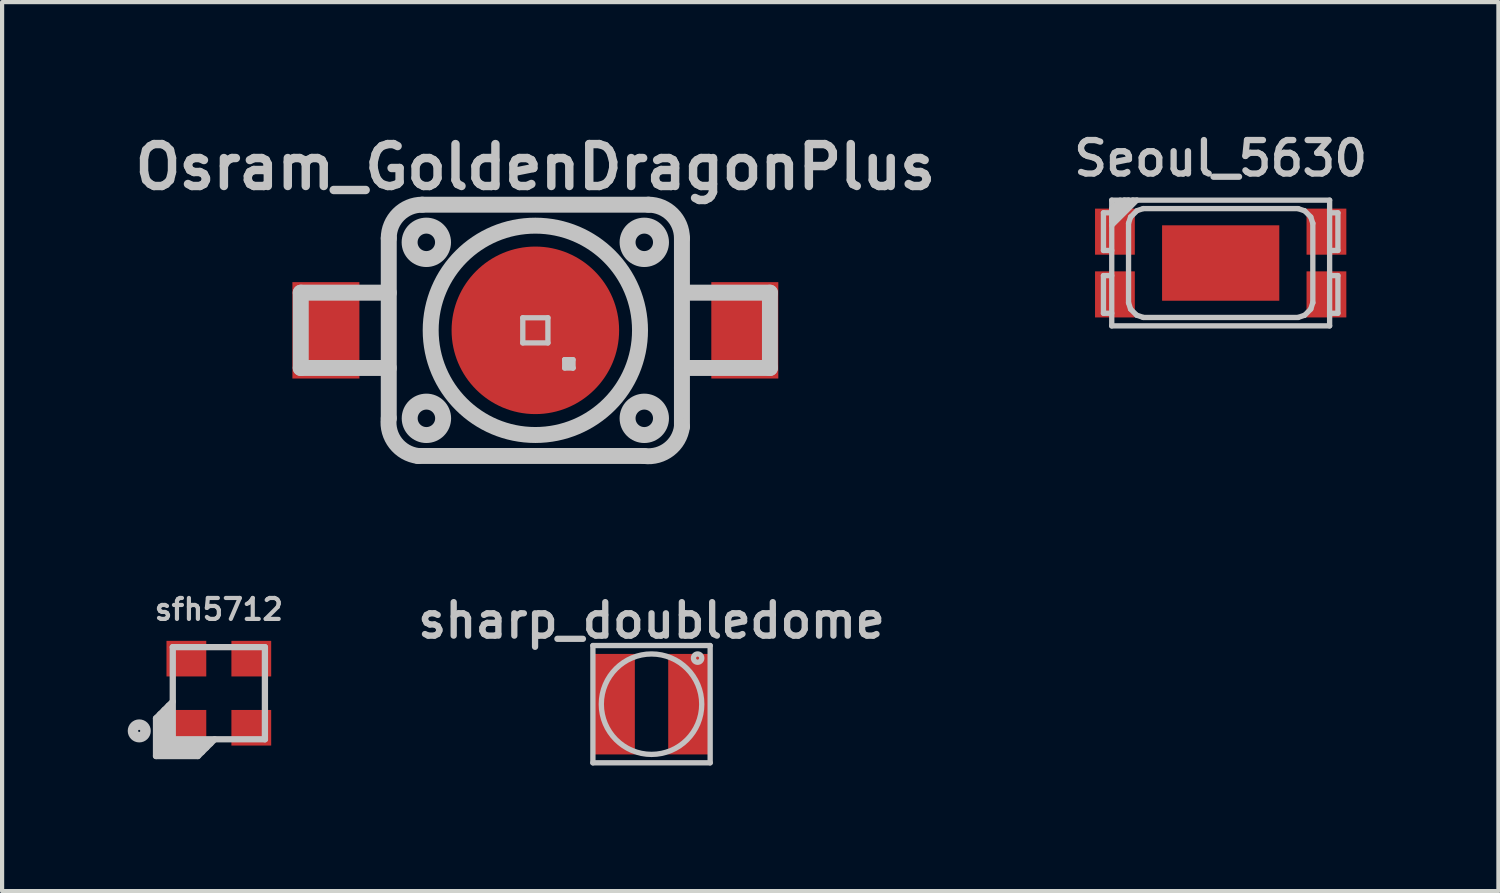
<source format=kicad_pcb>
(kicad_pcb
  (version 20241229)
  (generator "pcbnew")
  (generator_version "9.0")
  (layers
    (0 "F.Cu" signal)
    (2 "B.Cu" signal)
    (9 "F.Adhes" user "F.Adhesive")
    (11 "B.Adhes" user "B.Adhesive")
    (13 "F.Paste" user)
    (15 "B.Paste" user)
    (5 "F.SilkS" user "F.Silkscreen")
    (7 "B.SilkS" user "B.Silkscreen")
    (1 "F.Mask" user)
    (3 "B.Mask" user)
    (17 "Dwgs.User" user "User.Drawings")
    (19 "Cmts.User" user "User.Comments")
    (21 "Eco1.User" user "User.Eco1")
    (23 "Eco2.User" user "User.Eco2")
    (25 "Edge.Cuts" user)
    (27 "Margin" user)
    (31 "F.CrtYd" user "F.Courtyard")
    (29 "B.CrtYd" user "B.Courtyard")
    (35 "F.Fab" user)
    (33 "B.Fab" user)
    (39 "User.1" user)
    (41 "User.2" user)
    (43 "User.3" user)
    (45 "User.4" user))
  (footprint "Osram_GoldenDragonPlus"
    (layer "F.Cu")
    (at 9.732 4.837)
    (property "Reference" "Osram_GoldenDragonPlus" (at 0 -3.899 0) (layer "Dwgs.User") (effects (font (size 1.001 1.001) (thickness 0.201))))
    (attr through_hole)
    (fp_line (start -5.601 -0.899) (end -5.601 0.899) (stroke (width 0.381) (type solid)) (layer "Dwgs.User"))
    (fp_line (start -5.601 0.899) (end -3.5 0.899) (stroke (width 0.381) (type solid)) (layer "Dwgs.User"))
    (fp_line (start -3.5 -0.899) (end -5.601 -0.899) (stroke (width 0.381) (type solid)) (layer "Dwgs.User"))
    (fp_line (start -3.5 2.101) (end -3.5 -2.2) (stroke (width 0.381) (type solid)) (layer "Dwgs.User"))
    (fp_line (start -2.7 -3) (end 2.7 -3) (stroke (width 0.381) (type solid)) (layer "Dwgs.User"))
    (fp_line (start -0.3 -0.3) (end 0.3 -0.3) (stroke (width 0.127) (type solid)) (layer "Dwgs.User"))
    (fp_line (start -0.3 0.3) (end -0.3 -0.3) (stroke (width 0.127) (type solid)) (layer "Dwgs.User"))
    (fp_line (start 0.3 -0.3) (end 0.3 0.3) (stroke (width 0.127) (type solid)) (layer "Dwgs.User"))
    (fp_line (start 0.3 0.3) (end -0.3 0.3) (stroke (width 0.127) (type solid)) (layer "Dwgs.User"))
    (fp_line (start 0.701 0.701) (end 0.899 0.701) (stroke (width 0.127) (type solid)) (layer "Dwgs.User"))
    (fp_line (start 0.701 0.701) (end 0.899 0.899) (stroke (width 0.127) (type solid)) (layer "Dwgs.User"))
    (fp_line (start 0.701 0.899) (end 0.701 0.701) (stroke (width 0.127) (type solid)) (layer "Dwgs.User"))
    (fp_line (start 0.899 0.701) (end 0.899 0.899) (stroke (width 0.127) (type solid)) (layer "Dwgs.User"))
    (fp_line (start 0.899 0.899) (end 0.701 0.899) (stroke (width 0.127) (type solid)) (layer "Dwgs.User"))
    (fp_line (start 2.601 3) (end -2.799 3) (stroke (width 0.381) (type solid)) (layer "Dwgs.User"))
    (fp_line (start 3.5 -2.2) (end 3.5 2.301) (stroke (width 0.381) (type solid)) (layer "Dwgs.User"))
    (fp_line (start 5.601 -0.899) (end 3.5 -0.899) (stroke (width 0.381) (type solid)) (layer "Dwgs.User"))
    (fp_line (start 5.601 -0.899) (end 5.601 0.899) (stroke (width 0.381) (type solid)) (layer "Dwgs.User"))
    (fp_line (start 5.601 0.899) (end 3.5 0.899) (stroke (width 0.381) (type solid)) (layer "Dwgs.User"))
    (fp_arc (start -3.50012 -2.19964) (mid -3.265776 -2.765396) (end -2.70002 -2.99974) (stroke (width 0.381) (type solid)) (layer "Dwgs.User"))
    (fp_arc (start -2.79908 2.99974) (mid -3.335822 2.69535) (end -3.50012 2.10058) (stroke (width 0.381) (type solid)) (layer "Dwgs.User"))
    (fp_arc (start 2.70002 -2.99974) (mid 3.265776 -2.765396) (end 3.50012 -2.19964) (stroke (width 0.381) (type solid)) (layer "Dwgs.User"))
    (fp_arc (start 3.50012 2.30124) (mid 3.193934 2.837238) (end 2.59842 2.99974) (stroke (width 0.381) (type solid)) (layer "Dwgs.User"))
    (fp_circle (center -2.603 -2.101) (end -3.002 -2.101) (stroke (width 0.381) (type solid)) (fill no) (layer "Dwgs.User"))
    (fp_circle (center -2.601 2.101) (end -3 2.101) (stroke (width 0.381) (type solid)) (fill no) (layer "Dwgs.User"))
    (fp_circle (center 0 0) (end -2.499 0) (stroke (width 0.381) (type solid)) (fill no) (layer "Dwgs.User"))
    (fp_circle (center 2.601 -2.101) (end 3 -2.101) (stroke (width 0.381) (type solid)) (fill no) (layer "Dwgs.User"))
    (fp_circle (center 2.601 2.101) (end 3 2.101) (stroke (width 0.381) (type solid)) (fill no) (layer "Dwgs.User"))
    (pad "1" smd rect (at -5.001 0) (size 1.6 2.301) (layers "F.Cu" "F.Mask" "F.Paste"))
    (pad "2" smd rect (at 5.001 0) (size 1.6 2.301) (layers "F.Cu" "F.Mask" "F.Paste"))
    (pad "3" smd circle (at 0 0) (size 4 4) (layers "F.Cu" "F.Mask" "F.Paste")))
  (footprint "sharp_doubledome"
    (layer "F.Cu")
    (at 12.506 13.763)
    (property "Reference" "sharp_doubledome" (at 0 -1.999 0) (layer "Dwgs.User") (effects (font (size 0.8 0.8) (thickness 0.15))))
    (attr through_hole)
    (fp_line (start -1.4 -1.4) (end -1.4 1.4) (stroke (width 0.127) (type solid)) (layer "Dwgs.User"))
    (fp_line (start -1.4 1.4) (end 1.4 1.4) (stroke (width 0.127) (type solid)) (layer "Dwgs.User"))
    (fp_line (start 1.4 -1.4) (end -1.4 -1.4) (stroke (width 0.127) (type solid)) (layer "Dwgs.User"))
    (fp_line (start 1.4 1.4) (end 1.4 -1.4) (stroke (width 0.127) (type solid)) (layer "Dwgs.User"))
    (fp_circle (center 0 0) (end -1.199 0) (stroke (width 0.127) (type solid)) (fill no) (layer "Dwgs.User"))
    (fp_circle (center 1.1 -1.1) (end 1.001 -1.1) (stroke (width 0.127) (type solid)) (fill no) (layer "Dwgs.User"))
    (pad "1" smd rect (at -0.899 0) (size 1.001 2.4) (layers "F.Cu" "F.Mask" "F.Paste"))
    (pad "2" smd rect (at 0.899 0) (size 1.001 2.4) (layers "F.Cu" "F.Mask" "F.Paste")))
  (footprint "Seoul_5630"
    (layer "F.Cu")
    (at 26.095 3.23)
    (property "Reference" "Seoul_5630" (at 0 -2.499 0) (layer "Dwgs.User") (effects (font (size 0.8 0.8) (thickness 0.15))))
    (attr through_hole)
    (fp_line (start -2.799 -1.199) (end -2.799 -0.3) (stroke (width 0.127) (type solid)) (layer "Dwgs.User"))
    (fp_line (start -2.799 -0.3) (end -2.601 -0.3) (stroke (width 0.127) (type solid)) (layer "Dwgs.User"))
    (fp_line (start -2.799 0.3) (end -2.799 1.199) (stroke (width 0.127) (type solid)) (layer "Dwgs.User"))
    (fp_line (start -2.799 1.199) (end -2.601 1.199) (stroke (width 0.127) (type solid)) (layer "Dwgs.User"))
    (fp_line (start -2.601 -1.501) (end -2.601 1.501) (stroke (width 0.127) (type solid)) (layer "Dwgs.User"))
    (fp_line (start -2.601 -1.3) (end -2.4 -1.501) (stroke (width 0.127) (type solid)) (layer "Dwgs.User"))
    (fp_line (start -2.601 -1.199) (end -2.799 -1.199) (stroke (width 0.127) (type solid)) (layer "Dwgs.User"))
    (fp_line (start -2.601 -1.199) (end -2.601 -1.3) (stroke (width 0.127) (type solid)) (layer "Dwgs.User"))
    (fp_line (start -2.601 -1.1) (end -2.2 -1.501) (stroke (width 0.127) (type solid)) (layer "Dwgs.User"))
    (fp_line (start -2.601 -1.001) (end -2.601 -1.1) (stroke (width 0.127) (type solid)) (layer "Dwgs.User"))
    (fp_line (start -2.601 -0.899) (end -1.999 -1.501) (stroke (width 0.127) (type solid)) (layer "Dwgs.User"))
    (fp_line (start -2.601 0.3) (end -2.799 0.3) (stroke (width 0.127) (type solid)) (layer "Dwgs.User"))
    (fp_line (start -2.601 1.501) (end 2.601 1.501) (stroke (width 0.127) (type solid)) (layer "Dwgs.User"))
    (fp_line (start -2.301 -1.501) (end -2.601 -1.199) (stroke (width 0.127) (type solid)) (layer "Dwgs.User"))
    (fp_line (start -2.2 -1.501) (end -2.301 -1.501) (stroke (width 0.127) (type solid)) (layer "Dwgs.User"))
    (fp_line (start -2.2 -0.95) (end -2.2 0.95) (stroke (width 0.127) (type solid)) (layer "Dwgs.User"))
    (fp_line (start -2.2 0.95) (end -2.151 1.1) (stroke (width 0.127) (type solid)) (layer "Dwgs.User"))
    (fp_line (start -2.151 -1.1) (end -2.2 -0.95) (stroke (width 0.127) (type solid)) (layer "Dwgs.User"))
    (fp_line (start -2.151 1.1) (end -2.002 1.25) (stroke (width 0.127) (type solid)) (layer "Dwgs.User"))
    (fp_line (start -2.101 -1.501) (end -2.601 -1.001) (stroke (width 0.127) (type solid)) (layer "Dwgs.User"))
    (fp_line (start -2.002 -1.247) (end -2.151 -1.097) (stroke (width 0.127) (type solid)) (layer "Dwgs.User"))
    (fp_line (start -1.999 -1.501) (end -2.101 -1.501) (stroke (width 0.127) (type solid)) (layer "Dwgs.User"))
    (fp_line (start -1.849 -1.3) (end -1.999 -1.25) (stroke (width 0.127) (type solid)) (layer "Dwgs.User"))
    (fp_line (start -1.849 1.298) (end -1.999 1.247) (stroke (width 0.127) (type solid)) (layer "Dwgs.User"))
    (fp_line (start -1.849 1.3) (end 1.849 1.3) (stroke (width 0.127) (type solid)) (layer "Dwgs.User"))
    (fp_line (start 1.849 -1.3) (end -1.849 -1.3) (stroke (width 0.127) (type solid)) (layer "Dwgs.User"))
    (fp_line (start 1.852 1.298) (end 2.002 1.247) (stroke (width 0.127) (type solid)) (layer "Dwgs.User"))
    (fp_line (start 2.002 -1.247) (end 1.852 -1.298) (stroke (width 0.127) (type solid)) (layer "Dwgs.User"))
    (fp_line (start 2.151 -1.1) (end 2.002 -1.25) (stroke (width 0.127) (type solid)) (layer "Dwgs.User"))
    (fp_line (start 2.151 1.1) (end 2.002 1.25) (stroke (width 0.127) (type solid)) (layer "Dwgs.User"))
    (fp_line (start 2.2 -0.947) (end 2.151 -1.097) (stroke (width 0.127) (type solid)) (layer "Dwgs.User"))
    (fp_line (start 2.2 0.947) (end 2.151 1.097) (stroke (width 0.127) (type solid)) (layer "Dwgs.User"))
    (fp_line (start 2.2 0.95) (end 2.2 -0.95) (stroke (width 0.127) (type solid)) (layer "Dwgs.User"))
    (fp_line (start 2.601 -1.501) (end -2.601 -1.501) (stroke (width 0.127) (type solid)) (layer "Dwgs.User"))
    (fp_line (start 2.601 -0.3) (end 2.799 -0.3) (stroke (width 0.127) (type solid)) (layer "Dwgs.User"))
    (fp_line (start 2.601 1.199) (end 2.799 1.199) (stroke (width 0.127) (type solid)) (layer "Dwgs.User"))
    (fp_line (start 2.601 1.501) (end 2.601 -1.501) (stroke (width 0.127) (type solid)) (layer "Dwgs.User"))
    (fp_line (start 2.799 -1.199) (end 2.601 -1.199) (stroke (width 0.127) (type solid)) (layer "Dwgs.User"))
    (fp_line (start 2.799 -0.3) (end 2.799 -1.199) (stroke (width 0.127) (type solid)) (layer "Dwgs.User"))
    (fp_line (start 2.799 0.3) (end 2.601 0.3) (stroke (width 0.127) (type solid)) (layer "Dwgs.User"))
    (fp_line (start 2.799 1.199) (end 2.799 0.3) (stroke (width 0.127) (type solid)) (layer "Dwgs.User"))
    (pad "1" smd rect (at 2.525 -0.749) (size 0.95 1.1) (layers "F.Cu" "F.Mask" "F.Paste"))
    (pad "2" smd rect (at -2.525 0.749) (size 0.95 1.1) (layers "F.Cu" "F.Mask" "F.Paste"))
    (pad "3" smd rect (at 0 0) (size 2.799 1.801) (layers "F.Cu" "F.Mask" "F.Paste"))
    (pad "4" smd rect (at -2.525 -0.749) (size 0.95 1.1) (layers "F.Cu" "F.Mask" "F.Paste"))
    (pad "5" smd rect (at 2.525 0.749) (size 0.95 1.1) (layers "F.Cu" "F.Mask" "F.Paste")))
  (footprint "sfh5712"
    (layer "F.Cu")
    (at 2.175 13.501)
    (property "Reference" "sfh5712" (at 0 -2 0) (layer "Dwgs.User") (effects (font (size 0.5 0.5) (thickness 0.1))))
    (attr through_hole)
    (fp_line (start -1.5 0.6) (end -1.5 1.5) (stroke (width 0.15) (type solid)) (layer "Dwgs.User"))
    (fp_line (start -1.5 0.6) (end -1.1 0.2) (stroke (width 0.15) (type solid)) (layer "Dwgs.User"))
    (fp_line (start -1.4 0.5) (end -1.4 1.4) (stroke (width 0.15) (type solid)) (layer "Dwgs.User"))
    (fp_line (start -1.4 1.4) (end -0.4 1.4) (stroke (width 0.15) (type solid)) (layer "Dwgs.User"))
    (fp_line (start -1.3 0.4) (end -1.3 1.3) (stroke (width 0.15) (type solid)) (layer "Dwgs.User"))
    (fp_line (start -1.3 1.3) (end -0.3 1.3) (stroke (width 0.15) (type solid)) (layer "Dwgs.User"))
    (fp_line (start -1.2 0.3) (end -1.2 1.2) (stroke (width 0.15) (type solid)) (layer "Dwgs.User"))
    (fp_line (start -1.2 1.2) (end -0.2 1.2) (stroke (width 0.15) (type solid)) (layer "Dwgs.User"))
    (fp_line (start -1.1 -1.1) (end 1.1 -1.1) (stroke (width 0.15) (type solid)) (layer "Dwgs.User"))
    (fp_line (start -1.1 1.1) (end -1.1 -1.1) (stroke (width 0.15) (type solid)) (layer "Dwgs.User"))
    (fp_line (start -1.1 1.1) (end 1.1 1.1) (stroke (width 0.15) (type solid)) (layer "Dwgs.User"))
    (fp_line (start -0.5 1.5) (end -1.5 1.5) (stroke (width 0.15) (type solid)) (layer "Dwgs.User"))
    (fp_line (start -0.5 1.5) (end -0.1 1.1) (stroke (width 0.15) (type solid)) (layer "Dwgs.User"))
    (fp_line (start 1.1 -1.1) (end 1.1 1.1) (stroke (width 0.15) (type solid)) (layer "Dwgs.User"))
    (fp_circle (center -1.902 0.9) (end -1.902 1) (stroke (width 0.15) (type solid)) (fill no) (layer "Dwgs.User"))
    (fp_circle (center -1.9 0.9) (end -2.1 0.9) (stroke (width 0.15) (type solid)) (fill no) (layer "Dwgs.User"))
    (pad "1" smd rect (at -0.775 0.825) (size 0.95 0.85) (layers "F.Cu" "F.Mask" "F.Paste"))
    (pad "2" smd rect (at 0.775 0.825) (size 0.95 0.85) (layers "F.Cu" "F.Mask" "F.Paste"))
    (pad "3" smd rect (at 0.775 -0.825) (size 0.95 0.85) (layers "F.Cu" "F.Mask" "F.Paste"))
    (pad "4" smd rect (at -0.775 -0.825) (size 0.95 0.85) (layers "F.Cu" "F.Mask" "F.Paste")))
  (gr_rect
    (start -3 -3)
    (end 32.726 18.226)
    (stroke (width 0.1) (type default))
    (fill no)
    (layer "Edge.Cuts")))
</source>
